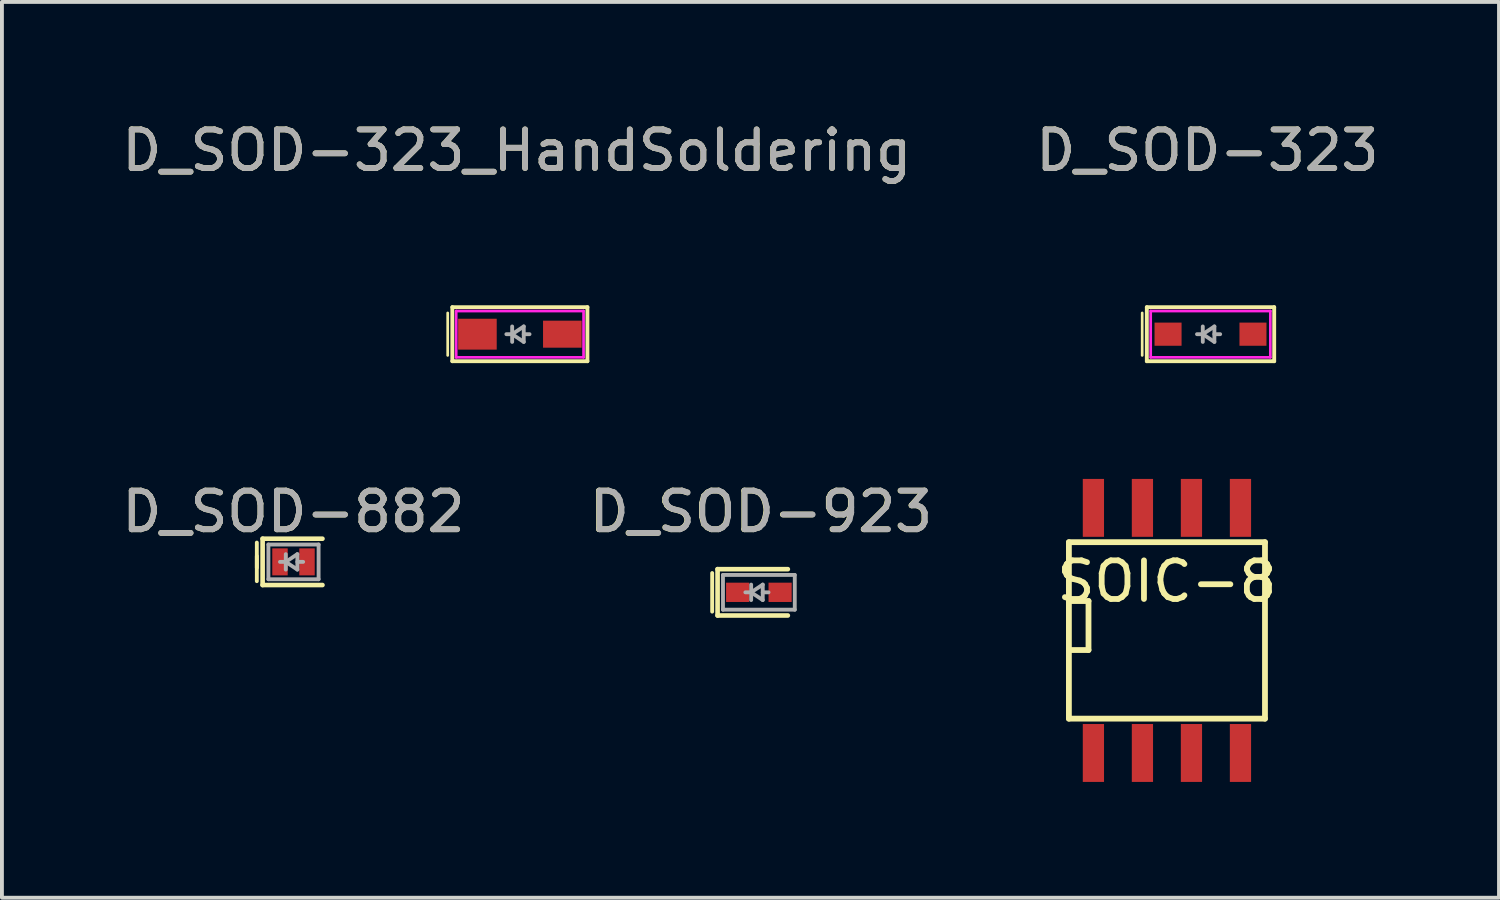
<source format=kicad_pcb>
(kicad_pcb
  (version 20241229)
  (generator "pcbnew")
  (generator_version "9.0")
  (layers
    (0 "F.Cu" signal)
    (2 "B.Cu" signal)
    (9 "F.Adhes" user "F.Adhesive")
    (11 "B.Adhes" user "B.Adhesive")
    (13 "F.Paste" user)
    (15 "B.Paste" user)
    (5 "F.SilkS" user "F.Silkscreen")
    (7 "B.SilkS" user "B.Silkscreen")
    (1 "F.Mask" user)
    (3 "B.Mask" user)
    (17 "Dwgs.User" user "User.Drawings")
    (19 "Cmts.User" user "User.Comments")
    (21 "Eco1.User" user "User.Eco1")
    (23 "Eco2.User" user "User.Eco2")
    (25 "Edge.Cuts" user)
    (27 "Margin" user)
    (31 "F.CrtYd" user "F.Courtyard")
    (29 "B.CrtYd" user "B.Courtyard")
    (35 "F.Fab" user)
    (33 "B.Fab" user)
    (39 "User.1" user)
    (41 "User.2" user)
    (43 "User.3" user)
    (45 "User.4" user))
  (footprint "D_SOD-882"
    (layer "F.Cu")
    (at 4.554 11.507)
    (property "Reference" "D_SOD-882" (at 0 -1.3 0) (layer "F.SilkS") (effects (font (size 1 1) (thickness 0.15))))
    (attr smd)
    (fp_line (start -0.95 -0.5) (end -0.95 0.5) (stroke (width 0.1) (type solid)) (layer "F.SilkS"))
    (fp_line (start -0.95 -0.15) (end -0.95 0.15) (stroke (width 0.1) (type solid)) (layer "F.SilkS"))
    (fp_line (start -0.8 -0.6) (end -0.8 0.6) (stroke (width 0.12) (type solid)) (layer "F.SilkS"))
    (fp_line (start -0.8 -0.6) (end 0.75 -0.6) (stroke (width 0.12) (type solid)) (layer "F.SilkS"))
    (fp_line (start -0.8 0.6) (end 0.75 0.6) (stroke (width 0.12) (type solid)) (layer "F.SilkS"))
    (fp_line (start -0.65 -0.45) (end 0.65 -0.45) (stroke (width 0.1) (type solid)) (layer "F.Fab"))
    (fp_line (start -0.65 0.45) (end -0.65 -0.45) (stroke (width 0.1) (type solid)) (layer "F.Fab"))
    (fp_line (start -0.2 0) (end -0.35 0) (stroke (width 0.1) (type solid)) (layer "F.Fab"))
    (fp_line (start -0.2 0) (end 0.1 0.2) (stroke (width 0.1) (type solid)) (layer "F.Fab"))
    (fp_line (start -0.2 0.2) (end -0.2 -0.2) (stroke (width 0.1) (type solid)) (layer "F.Fab"))
    (fp_line (start 0.1 -0.2) (end -0.2 0) (stroke (width 0.1) (type solid)) (layer "F.Fab"))
    (fp_line (start 0.1 0) (end 0.25 0) (stroke (width 0.1) (type solid)) (layer "F.Fab"))
    (fp_line (start 0.1 0.2) (end 0.1 -0.2) (stroke (width 0.1) (type solid)) (layer "F.Fab"))
    (fp_line (start 0.65 -0.45) (end 0.65 0.45) (stroke (width 0.1) (type solid)) (layer "F.Fab"))
    (fp_line (start 0.65 0.45) (end -0.65 0.45) (stroke (width 0.1) (type solid)) (layer "F.Fab"))
    (fp_text user "${REFERENCE}" (at 0 -1.3 0) (layer "F.Fab") (effects (font (size 1 1) (thickness 0.15))))
    (pad "1" smd rect (at -0.35 0 180) (size 0.4 0.7) (layers "F.Cu" "F.Mask" "F.Paste"))
    (pad "2" smd rect (at 0.35 0 180) (size 0.4 0.7) (layers "F.Cu" "F.Mask" "F.Paste")))
  (footprint "D_SOD-323"
    (layer "F.Cu")
    (at 28.312 5.608)
    (property "Reference" "D_SOD-323" (at -0.08 -4.76 0) (layer "F.SilkS") (effects (font (size 1 1) (thickness 0.15))))
    (attr smd)
    (fp_line (start -1.77 -0.55) (end -1.77 0.55) (stroke (width 0.07) (type solid)) (layer "F.SilkS"))
    (fp_line (start -1.65 -0.7) (end -1.65 0.7) (stroke (width 0.1) (type solid)) (layer "F.SilkS"))
    (fp_line (start 1.65 -0.7) (end -1.65 -0.7) (stroke (width 0.1) (type solid)) (layer "F.SilkS"))
    (fp_line (start 1.65 0.7) (end -1.65 0.7) (stroke (width 0.1) (type solid)) (layer "F.SilkS"))
    (fp_line (start 1.65 0.7) (end 1.65 -0.7) (stroke (width 0.1) (type solid)) (layer "F.SilkS"))
    (fp_line (start -1.55 0.6) (end -1.55 -0.6) (stroke (width 0.07) (type solid)) (layer "F.CrtYd"))
    (fp_line (start 1.55 -0.6) (end -1.55 -0.6) (stroke (width 0.07) (type solid)) (layer "F.CrtYd"))
    (fp_line (start 1.55 -0.6) (end 1.55 0.6) (stroke (width 0.07) (type solid)) (layer "F.CrtYd"))
    (fp_line (start 1.55 0.6) (end -1.55 0.6) (stroke (width 0.07) (type solid)) (layer "F.CrtYd"))
    (fp_line (start -0.2 0) (end -0.35 0) (stroke (width 0.1) (type solid)) (layer "F.Fab"))
    (fp_line (start -0.2 0) (end 0.1 0.2) (stroke (width 0.1) (type solid)) (layer "F.Fab"))
    (fp_line (start -0.2 0.2) (end -0.2 -0.2) (stroke (width 0.1) (type solid)) (layer "F.Fab"))
    (fp_line (start 0.1 -0.2) (end -0.2 0) (stroke (width 0.1) (type solid)) (layer "F.Fab"))
    (fp_line (start 0.1 0) (end 0.25 0) (stroke (width 0.1) (type solid)) (layer "F.Fab"))
    (fp_line (start 0.1 0.2) (end 0.1 -0.2) (stroke (width 0.1) (type solid)) (layer "F.Fab"))
    (fp_text user "${REFERENCE}" (at -0.08 -4.76 0) (layer "F.Fab") (effects (font (size 1 1) (thickness 0.15))))
    (pad "1" smd rect (at -1.1 0 180) (size 0.7 0.6) (layers "F.Cu" "F.Mask" "F.Paste"))
    (pad "2" smd rect (at 1.1 0 180) (size 0.7 0.6) (layers "F.Cu" "F.Mask" "F.Paste")))
  (footprint "D_SOD-923"
    (layer "F.Cu")
    (at 16.611 12.296)
    (property "Reference" "D_SOD-923" (at 0.05 -2.09 0) (layer "F.SilkS") (effects (font (size 1 1) (thickness 0.15))))
    (attr smd)
    (fp_line (start -1.21 -0.5) (end -1.21 0.5) (stroke (width 0.1) (type solid)) (layer "F.SilkS"))
    (fp_line (start -1.07 -0.6) (end -1.07 0.6) (stroke (width 0.12) (type solid)) (layer "F.SilkS"))
    (fp_line (start -1.07 -0.6) (end 0.75 -0.6) (stroke (width 0.12) (type solid)) (layer "F.SilkS"))
    (fp_line (start -1.07 0.6) (end 0.75 0.6) (stroke (width 0.12) (type solid)) (layer "F.SilkS"))
    (fp_line (start -0.93 -0.45) (end 0.93 -0.45) (stroke (width 0.1) (type solid)) (layer "F.Fab"))
    (fp_line (start -0.93 0.45) (end -0.93 -0.45) (stroke (width 0.1) (type solid)) (layer "F.Fab"))
    (fp_line (start -0.2 0) (end -0.35 0) (stroke (width 0.1) (type solid)) (layer "F.Fab"))
    (fp_line (start -0.2 0) (end 0.1 0.2) (stroke (width 0.1) (type solid)) (layer "F.Fab"))
    (fp_line (start -0.2 0.2) (end -0.2 -0.2) (stroke (width 0.1) (type solid)) (layer "F.Fab"))
    (fp_line (start 0.1 -0.2) (end -0.2 0) (stroke (width 0.1) (type solid)) (layer "F.Fab"))
    (fp_line (start 0.1 0) (end 0.25 0) (stroke (width 0.1) (type solid)) (layer "F.Fab"))
    (fp_line (start 0.1 0.2) (end 0.1 -0.2) (stroke (width 0.1) (type solid)) (layer "F.Fab"))
    (fp_line (start 0.93 -0.45) (end 0.93 0.45) (stroke (width 0.1) (type solid)) (layer "F.Fab"))
    (fp_line (start 0.93 0.45) (end -0.93 0.45) (stroke (width 0.1) (type solid)) (layer "F.Fab"))
    (fp_text user "${REFERENCE}" (at 0.06 -2.09 0) (layer "F.Fab") (effects (font (size 1 1) (thickness 0.15))))
    (pad "1" smd rect (at -0.55 0 180) (size 0.6 0.5) (layers "F.Cu" "F.Mask" "F.Paste"))
    (pad "2" smd rect (at 0.55 0 180) (size 0.6 0.5) (layers "F.Cu" "F.Mask" "F.Paste")))
  (footprint "D_SOD-323_HandSoldering"
    (layer "F.Cu")
    (at 10.419 5.608)
    (property "Reference" "D_SOD-323_HandSoldering" (at -0.08 -4.76 0) (layer "F.SilkS") (effects (font (size 1 1) (thickness 0.15))))
    (attr smd)
    (fp_line (start -1.87 -0.55) (end -1.87 0.55) (stroke (width 0.07) (type solid)) (layer "F.SilkS"))
    (fp_line (start -1.75 -0.7) (end -1.75 0.7) (stroke (width 0.1) (type solid)) (layer "F.SilkS"))
    (fp_line (start 1.75 -0.7) (end -1.75 -0.7) (stroke (width 0.1) (type solid)) (layer "F.SilkS"))
    (fp_line (start 1.75 0.7) (end -1.75 0.7) (stroke (width 0.1) (type solid)) (layer "F.SilkS"))
    (fp_line (start 1.75 0.7) (end 1.75 -0.7) (stroke (width 0.1) (type solid)) (layer "F.SilkS"))
    (fp_line (start -1.65 0.6) (end -1.65 -0.6) (stroke (width 0.07) (type solid)) (layer "F.CrtYd"))
    (fp_line (start 1.65 -0.6) (end -1.65 -0.6) (stroke (width 0.07) (type solid)) (layer "F.CrtYd"))
    (fp_line (start 1.65 -0.6) (end 1.65 0.6) (stroke (width 0.07) (type solid)) (layer "F.CrtYd"))
    (fp_line (start 1.65 0.6) (end -1.65 0.6) (stroke (width 0.07) (type solid)) (layer "F.CrtYd"))
    (fp_line (start -0.2 0) (end -0.35 0) (stroke (width 0.1) (type solid)) (layer "F.Fab"))
    (fp_line (start -0.2 0) (end 0.1 0.2) (stroke (width 0.1) (type solid)) (layer "F.Fab"))
    (fp_line (start -0.2 0.2) (end -0.2 -0.2) (stroke (width 0.1) (type solid)) (layer "F.Fab"))
    (fp_line (start 0.1 -0.2) (end -0.2 0) (stroke (width 0.1) (type solid)) (layer "F.Fab"))
    (fp_line (start 0.1 0) (end 0.25 0) (stroke (width 0.1) (type solid)) (layer "F.Fab"))
    (fp_line (start 0.1 0.2) (end 0.1 -0.2) (stroke (width 0.1) (type solid)) (layer "F.Fab"))
    (fp_text user "${REFERENCE}" (at -0.08 -4.76 0) (layer "F.Fab") (effects (font (size 1 1) (thickness 0.15))))
    (pad "1" smd rect (at -1.1 0 180) (size 1 0.8) (layers "F.Cu" "F.Mask" "F.Paste"))
    (pad "2" smd rect (at 1.1 0 180) (size 1 0.7) (layers "F.Cu" "F.Mask" "F.Paste")))
  (footprint "SOIC-8"
    (layer "F.Cu")
    (at 27.183 13.283)
    (property "Reference" "SOIC-8" (at 0 -1.27 0) (layer "F.SilkS") (effects (font (size 1 1) (thickness 0.15))))
    (attr smd)
    (fp_line (start -2.54 -2.286) (end 2.54 -2.286) (stroke (width 0.15) (type solid)) (layer "F.SilkS"))
    (fp_line (start -2.54 -0.762) (end -2.032 -0.762) (stroke (width 0.15) (type solid)) (layer "F.SilkS"))
    (fp_line (start -2.54 2.286) (end -2.54 -2.286) (stroke (width 0.15) (type solid)) (layer "F.SilkS"))
    (fp_line (start -2.032 -0.762) (end -2.032 0.508) (stroke (width 0.15) (type solid)) (layer "F.SilkS"))
    (fp_line (start -2.032 0.508) (end -2.54 0.508) (stroke (width 0.15) (type solid)) (layer "F.SilkS"))
    (fp_line (start 2.54 -2.286) (end 2.54 2.286) (stroke (width 0.15) (type solid)) (layer "F.SilkS"))
    (fp_line (start 2.54 2.286) (end -2.54 2.286) (stroke (width 0.15) (type solid)) (layer "F.SilkS"))
    (pad "1" smd rect (at -1.905 3.175) (size 0.55 1.5) (layers "F.Cu" "F.Mask" "F.Paste"))
    (pad "2" smd rect (at -0.635 3.175) (size 0.55 1.5) (layers "F.Cu" "F.Mask" "F.Paste"))
    (pad "3" smd rect (at 0.635 3.175) (size 0.55 1.5) (layers "F.Cu" "F.Mask" "F.Paste"))
    (pad "4" smd rect (at 1.905 3.175) (size 0.55 1.5) (layers "F.Cu" "F.Mask" "F.Paste"))
    (pad "5" smd rect (at 1.905 -3.175) (size 0.55 1.5) (layers "F.Cu" "F.Mask" "F.Paste"))
    (pad "6" smd rect (at 0.635 -3.175) (size 0.55 1.5) (layers "F.Cu" "F.Mask" "F.Paste"))
    (pad "7" smd rect (at -0.635 -3.175) (size 0.55 1.5) (layers "F.Cu" "F.Mask" "F.Paste"))
    (pad "8" smd rect (at -1.905 -3.175) (size 0.55 1.5) (layers "F.Cu" "F.Mask" "F.Paste")))
  (gr_rect
    (start -3 -3)
    (end 35.786 20.208)
    (stroke (width 0.1) (type default))
    (fill no)
    (layer "Edge.Cuts")))
</source>
